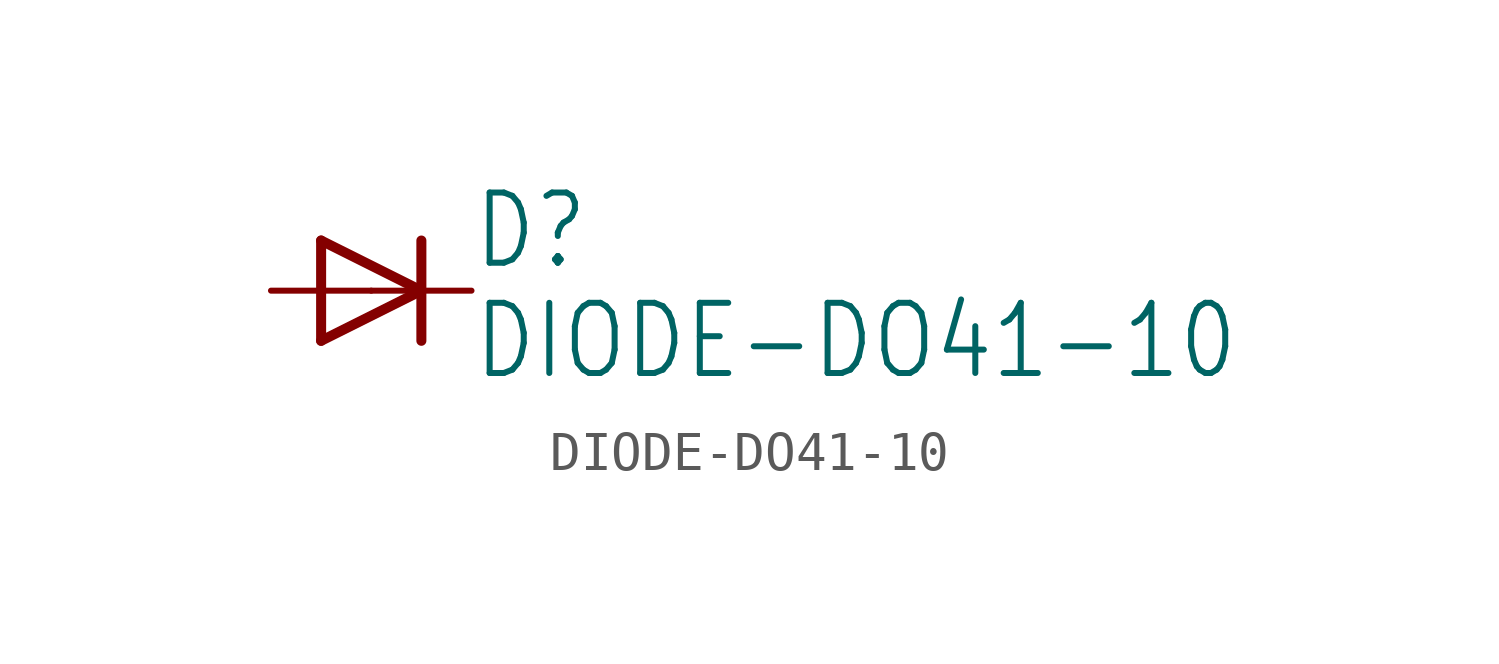
<source format=kicad_sym>
(kicad_symbol_lib
  (version 20211014)
  (generator kicad_symbol_editor)
  (symbol "DIODE-DO41-10"
    (property "Reference" "D"
      (at 2.54 0.483 0)
      (effects (font (size 1.778 1.511)) (justify left bottom)))
    (property "Value" "DIODE-DO41-10"
      (at 2.54 -2.311 0)
      (effects (font (size 1.778 1.511)) (justify left bottom)))
    (property "ki_locked" ""
      (at 0 0 0)
      (effects (font (size 1.27 1.27))))
    (symbol "DIODE-DO41-10_1_0"
      (polyline (pts (xy -1.27 -1.27) (xy 1.27 0)) (stroke (width 0.254) (type default) (color 0 0 0 0)) (fill (type none)))
      (polyline (pts (xy -1.27 1.27) (xy -1.27 -1.27)) (stroke (width 0.254) (type default) (color 0 0 0 0)) (fill (type none)))
      (polyline (pts (xy 1.27 0) (xy -1.27 1.27)) (stroke (width 0.254) (type default) (color 0 0 0 0)) (fill (type none)))
      (polyline (pts (xy 1.27 0) (xy 1.27 -1.27)) (stroke (width 0.254) (type default) (color 0 0 0 0)) (fill (type none)))
      (polyline (pts (xy 1.27 1.27) (xy 1.27 0)) (stroke (width 0.254) (type default) (color 0 0 0 0)) (fill (type none)))
      (pin passive line (at -2.54 0 0) (length 2.54) (name "A" (effects (font (size 0 0)))) (number "A" (effects (font (size 0 0)))))
      (pin passive line (at 2.54 0 180) (length 2.54) (name "C" (effects (font (size 0 0)))) (number "C" (effects (font (size 0 0))))))))
</source>
